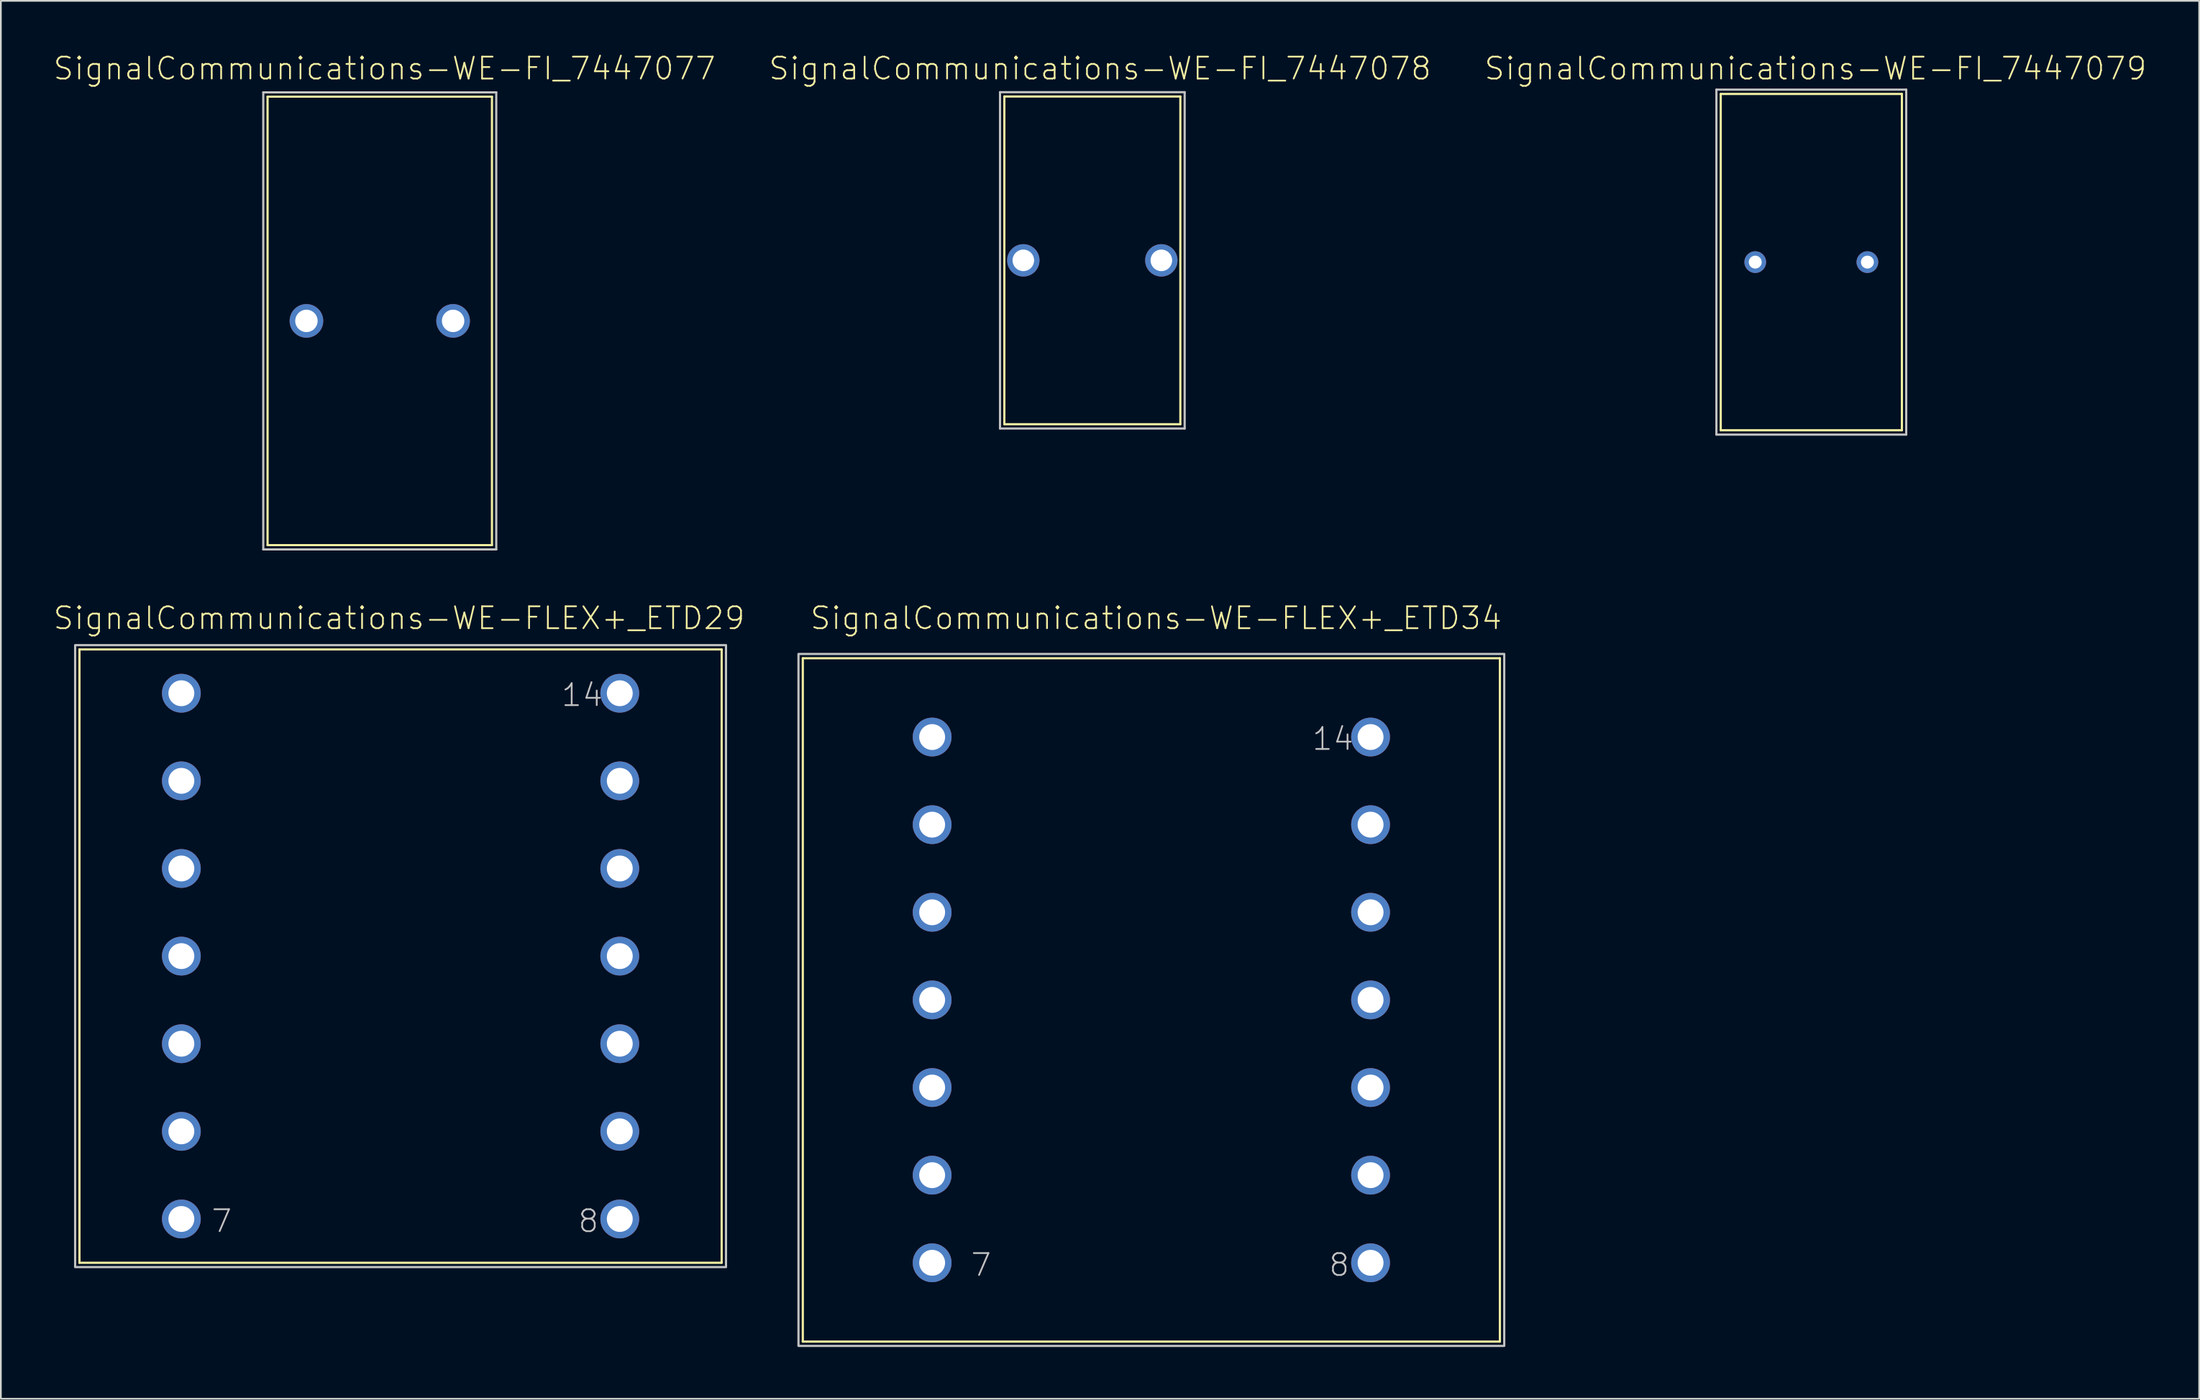
<source format=kicad_pcb>
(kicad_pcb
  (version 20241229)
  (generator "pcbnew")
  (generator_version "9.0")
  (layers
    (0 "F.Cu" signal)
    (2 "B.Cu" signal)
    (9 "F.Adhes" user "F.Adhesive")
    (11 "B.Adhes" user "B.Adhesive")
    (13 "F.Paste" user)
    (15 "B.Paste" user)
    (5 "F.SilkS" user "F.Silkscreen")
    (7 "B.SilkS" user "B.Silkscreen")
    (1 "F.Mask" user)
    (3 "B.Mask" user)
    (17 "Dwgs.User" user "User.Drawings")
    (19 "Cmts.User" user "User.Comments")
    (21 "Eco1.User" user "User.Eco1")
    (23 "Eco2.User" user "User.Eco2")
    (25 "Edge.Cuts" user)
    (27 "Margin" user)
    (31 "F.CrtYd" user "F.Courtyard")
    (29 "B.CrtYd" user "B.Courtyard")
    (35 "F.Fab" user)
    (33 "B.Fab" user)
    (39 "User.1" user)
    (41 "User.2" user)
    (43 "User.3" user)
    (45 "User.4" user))
  (footprint "SignalCommunications-WE-FI_7447079"
    (layer "F.Cu")
    (at 101.889 12.146)
    (property "Reference" "SignalCommunications-WE-FI_7447079" (at 0.244 -11.224 0) (layer "F.SilkS") (effects (font (size 1.27 1.27) (thickness 0.102))))
    (attr exclude_from_pos_files exclude_from_bom)
    (fp_line (start -5.248 -9.749) (end 5.248 -9.749) (stroke (width 0.127) (type solid)) (layer "F.SilkS"))
    (fp_line (start -5.248 9.749) (end -5.248 -9.749) (stroke (width 0.127) (type solid)) (layer "F.SilkS"))
    (fp_line (start 5.248 -9.749) (end 5.248 9.749) (stroke (width 0.127) (type solid)) (layer "F.SilkS"))
    (fp_line (start 5.248 9.749) (end -5.248 9.749) (stroke (width 0.127) (type solid)) (layer "F.SilkS"))
    (fp_line (start -5.499 -10) (end 5.499 -10) (stroke (width 0.127) (type solid)) (layer "Dwgs.User"))
    (fp_line (start -5.499 10) (end -5.499 -10) (stroke (width 0.127) (type solid)) (layer "Dwgs.User"))
    (fp_line (start 5.499 -10) (end 5.499 10) (stroke (width 0.127) (type solid)) (layer "Dwgs.User"))
    (fp_line (start 5.499 10) (end -5.499 10) (stroke (width 0.127) (type solid)) (layer "Dwgs.User"))
    (pad "1" thru_hole circle (at -3.249 0) (size 1.257 1.257) (drill 0.749) (layers "*.Cu" "*.Paste" "*.Mask"))
    (pad "2" thru_hole circle (at 3.249 0) (size 1.257 1.257) (drill 0.749) (layers "*.Cu" "*.Paste" "*.Mask")))
  (footprint "SignalCommunications-WE-FLEX+_ETD34"
    (layer "F.Cu")
    (at 63.654 54.921)
    (property "Reference" "SignalCommunications-WE-FLEX+_ETD34" (at 0.274 -22.134 0) (layer "F.SilkS") (effects (font (size 1.27 1.27) (thickness 0.102))))
    (attr exclude_from_pos_files exclude_from_bom)
    (fp_line (start -20.193 -19.809) (end -20.193 19.809) (stroke (width 0.127) (type solid)) (layer "F.SilkS"))
    (fp_line (start -20.193 -19.809) (end 20.193 -19.809) (stroke (width 0.127) (type solid)) (layer "F.SilkS"))
    (fp_line (start -20.193 19.809) (end 20.193 19.809) (stroke (width 0.127) (type solid)) (layer "F.SilkS"))
    (fp_line (start 20.193 -19.809) (end 20.193 19.809) (stroke (width 0.127) (type solid)) (layer "F.SilkS"))
    (fp_poly (pts (xy -20.444 -20.058) (xy 20.444 -20.058) (xy 20.444 20.058) (xy -20.444 20.058) (xy -20.444 -20.058)) (stroke (width 0.127) (type solid)) (fill no) (layer "Dwgs.User"))
    (fp_text user "8" (at 10.884 15.364 0) (layer "Dwgs.User") (effects (font (size 1.27 1.27) (thickness 0.102))))
    (fp_text user "7" (at -9.863 15.364 0) (layer "Dwgs.User") (effects (font (size 1.27 1.27) (thickness 0.102))))
    (fp_text user "14" (at 10.518 -15.133 0) (layer "Dwgs.User") (effects (font (size 1.27 1.27) (thickness 0.102))))
    (pad "1" thru_hole circle (at -12.7 -15.24) (size 2.248 2.248) (drill 1.499) (layers "*.Cu" "*.Paste" "*.Mask"))
    (pad "2" thru_hole circle (at -12.7 -10.16) (size 2.248 2.248) (drill 1.499) (layers "*.Cu" "*.Paste" "*.Mask"))
    (pad "3" thru_hole circle (at -12.7 -5.08) (size 2.248 2.248) (drill 1.499) (layers "*.Cu" "*.Paste" "*.Mask"))
    (pad "4" thru_hole circle (at -12.7 0) (size 2.248 2.248) (drill 1.499) (layers "*.Cu" "*.Paste" "*.Mask"))
    (pad "5" thru_hole circle (at -12.7 5.08) (size 2.248 2.248) (drill 1.499) (layers "*.Cu" "*.Paste" "*.Mask"))
    (pad "6" thru_hole circle (at -12.7 10.16) (size 2.248 2.248) (drill 1.499) (layers "*.Cu" "*.Paste" "*.Mask"))
    (pad "7" thru_hole circle (at -12.7 15.24) (size 2.248 2.248) (drill 1.499) (layers "*.Cu" "*.Paste" "*.Mask"))
    (pad "8" thru_hole circle (at 12.7 15.24) (size 2.248 2.248) (drill 1.499) (layers "*.Cu" "*.Paste" "*.Mask"))
    (pad "9" thru_hole circle (at 12.7 10.16) (size 2.248 2.248) (drill 1.499) (layers "*.Cu" "*.Paste" "*.Mask"))
    (pad "10" thru_hole circle (at 12.7 5.08) (size 2.248 2.248) (drill 1.499) (layers "*.Cu" "*.Paste" "*.Mask"))
    (pad "11" thru_hole circle (at 12.7 0) (size 2.248 2.248) (drill 1.499) (layers "*.Cu" "*.Paste" "*.Mask"))
    (pad "12" thru_hole circle (at 12.7 -5.08) (size 2.248 2.248) (drill 1.499) (layers "*.Cu" "*.Paste" "*.Mask"))
    (pad "13" thru_hole circle (at 12.7 -10.16) (size 2.248 2.248) (drill 1.499) (layers "*.Cu" "*.Paste" "*.Mask"))
    (pad "14" thru_hole circle (at 12.7 -15.24) (size 2.248 2.248) (drill 1.499) (layers "*.Cu" "*.Paste" "*.Mask")))
  (footprint "SignalCommunications-WE-FLEX+_ETD29"
    (layer "F.Cu")
    (at 20.157 52.381)
    (property "Reference" "SignalCommunications-WE-FLEX+_ETD29" (at -0.084 -19.594 0) (layer "F.SilkS") (effects (font (size 1.27 1.27) (thickness 0.102))))
    (attr exclude_from_pos_files exclude_from_bom)
    (fp_line (start -18.603 -17.78) (end -18.603 17.78) (stroke (width 0.127) (type solid)) (layer "F.SilkS"))
    (fp_line (start -18.603 -17.78) (end 18.603 -17.78) (stroke (width 0.127) (type solid)) (layer "F.SilkS"))
    (fp_line (start -18.603 17.78) (end 18.603 17.78) (stroke (width 0.127) (type solid)) (layer "F.SilkS"))
    (fp_line (start 18.603 -17.78) (end 18.603 17.78) (stroke (width 0.127) (type solid)) (layer "F.SilkS"))
    (fp_poly (pts (xy -18.854 -18.029) (xy 18.854 -18.029) (xy 18.854 18.029) (xy -18.854 18.029) (xy -18.854 -18.029)) (stroke (width 0.127) (type solid)) (fill no) (layer "Dwgs.User"))
    (fp_text user "8" (at 10.884 15.364 0) (layer "Dwgs.User") (effects (font (size 1.27 1.27) (thickness 0.102))))
    (fp_text user "14" (at 10.518 -15.133 0) (layer "Dwgs.User") (effects (font (size 1.27 1.27) (thickness 0.102))))
    (fp_text user "7" (at -10.363 15.364 0) (layer "Dwgs.User") (effects (font (size 1.27 1.27) (thickness 0.102))))
    (pad "1" thru_hole circle (at -12.7 -15.24) (size 2.248 2.248) (drill 1.499) (layers "*.Cu" "*.Paste" "*.Mask"))
    (pad "2" thru_hole circle (at -12.7 -10.16) (size 2.248 2.248) (drill 1.499) (layers "*.Cu" "*.Paste" "*.Mask"))
    (pad "3" thru_hole circle (at -12.7 -5.08) (size 2.248 2.248) (drill 1.499) (layers "*.Cu" "*.Paste" "*.Mask"))
    (pad "4" thru_hole circle (at -12.7 0) (size 2.248 2.248) (drill 1.499) (layers "*.Cu" "*.Paste" "*.Mask"))
    (pad "5" thru_hole circle (at -12.7 5.08) (size 2.248 2.248) (drill 1.499) (layers "*.Cu" "*.Paste" "*.Mask"))
    (pad "6" thru_hole circle (at -12.7 10.16) (size 2.248 2.248) (drill 1.499) (layers "*.Cu" "*.Paste" "*.Mask"))
    (pad "7" thru_hole circle (at -12.7 15.24) (size 2.248 2.248) (drill 1.499) (layers "*.Cu" "*.Paste" "*.Mask"))
    (pad "8" thru_hole circle (at 12.7 15.24) (size 2.248 2.248) (drill 1.499) (layers "*.Cu" "*.Paste" "*.Mask"))
    (pad "9" thru_hole circle (at 12.7 10.16) (size 2.248 2.248) (drill 1.499) (layers "*.Cu" "*.Paste" "*.Mask"))
    (pad "10" thru_hole circle (at 12.7 5.08) (size 2.248 2.248) (drill 1.499) (layers "*.Cu" "*.Paste" "*.Mask"))
    (pad "11" thru_hole circle (at 12.7 0) (size 2.248 2.248) (drill 1.499) (layers "*.Cu" "*.Paste" "*.Mask"))
    (pad "12" thru_hole circle (at 12.7 -5.08) (size 2.248 2.248) (drill 1.499) (layers "*.Cu" "*.Paste" "*.Mask"))
    (pad "13" thru_hole circle (at 12.7 -10.16) (size 2.248 2.248) (drill 1.499) (layers "*.Cu" "*.Paste" "*.Mask"))
    (pad "14" thru_hole circle (at 12.7 -15.24) (size 2.248 2.248) (drill 1.499) (layers "*.Cu" "*.Paste" "*.Mask")))
  (footprint "SignalCommunications-WE-FI_7447077"
    (layer "F.Cu")
    (at 18.952 15.554)
    (property "Reference" "SignalCommunications-WE-FI_7447077" (at 0.274 -14.633 0) (layer "F.SilkS") (effects (font (size 1.27 1.27) (thickness 0.102))))
    (attr exclude_from_pos_files exclude_from_bom)
    (fp_line (start -6.5 -13) (end 6.5 -13) (stroke (width 0.127) (type solid)) (layer "F.SilkS"))
    (fp_line (start -6.5 13) (end -6.5 -13) (stroke (width 0.127) (type solid)) (layer "F.SilkS"))
    (fp_line (start 6.5 -13) (end 6.5 13) (stroke (width 0.127) (type solid)) (layer "F.SilkS"))
    (fp_line (start 6.5 13) (end -6.5 13) (stroke (width 0.127) (type solid)) (layer "F.SilkS"))
    (fp_line (start -6.749 -13.249) (end 6.749 -13.249) (stroke (width 0.127) (type solid)) (layer "Dwgs.User"))
    (fp_line (start -6.749 13.249) (end -6.749 -13.249) (stroke (width 0.127) (type solid)) (layer "Dwgs.User"))
    (fp_line (start 6.749 -13.249) (end 6.749 13.249) (stroke (width 0.127) (type solid)) (layer "Dwgs.User"))
    (fp_line (start 6.749 13.249) (end -6.749 13.249) (stroke (width 0.127) (type solid)) (layer "Dwgs.User"))
    (pad "1" thru_hole circle (at -4.249 0) (size 1.948 1.948) (drill 1.298) (layers "*.Cu" "*.Paste" "*.Mask"))
    (pad "2" thru_hole circle (at 4.249 0) (size 1.948 1.948) (drill 1.298) (layers "*.Cu" "*.Paste" "*.Mask")))
  (footprint "SignalCommunications-WE-FI_7447078"
    (layer "F.Cu")
    (at 60.235 12.044)
    (property "Reference" "SignalCommunications-WE-FI_7447078" (at 0.445 -11.123 0) (layer "F.SilkS") (effects (font (size 1.27 1.27) (thickness 0.102))))
    (attr exclude_from_pos_files exclude_from_bom)
    (fp_line (start -5.098 -9.5) (end 5.098 -9.5) (stroke (width 0.127) (type solid)) (layer "F.SilkS"))
    (fp_line (start -5.098 9.5) (end -5.098 -9.5) (stroke (width 0.127) (type solid)) (layer "F.SilkS"))
    (fp_line (start 5.098 -9.5) (end 5.098 9.5) (stroke (width 0.127) (type solid)) (layer "F.SilkS"))
    (fp_line (start 5.098 9.5) (end -5.098 9.5) (stroke (width 0.127) (type solid)) (layer "F.SilkS"))
    (fp_line (start -5.349 -9.749) (end 5.349 -9.749) (stroke (width 0.127) (type solid)) (layer "Dwgs.User"))
    (fp_line (start -5.349 9.749) (end -5.349 -9.749) (stroke (width 0.127) (type solid)) (layer "Dwgs.User"))
    (fp_line (start 5.349 -9.749) (end 5.349 9.749) (stroke (width 0.127) (type solid)) (layer "Dwgs.User"))
    (fp_line (start 5.349 9.749) (end -5.349 9.749) (stroke (width 0.127) (type solid)) (layer "Dwgs.User"))
    (pad "1" thru_hole circle (at -3.998 0) (size 1.875 1.875) (drill 1.25) (layers "*.Cu" "*.Paste" "*.Mask"))
    (pad "2" thru_hole circle (at 3.998 0) (size 1.875 1.875) (drill 1.25) (layers "*.Cu" "*.Paste" "*.Mask")))
  (gr_rect
    (start -3 -3)
    (end 124.36 78.043)
    (stroke (width 0.1) (type default))
    (fill no)
    (layer "Edge.Cuts")))
</source>
